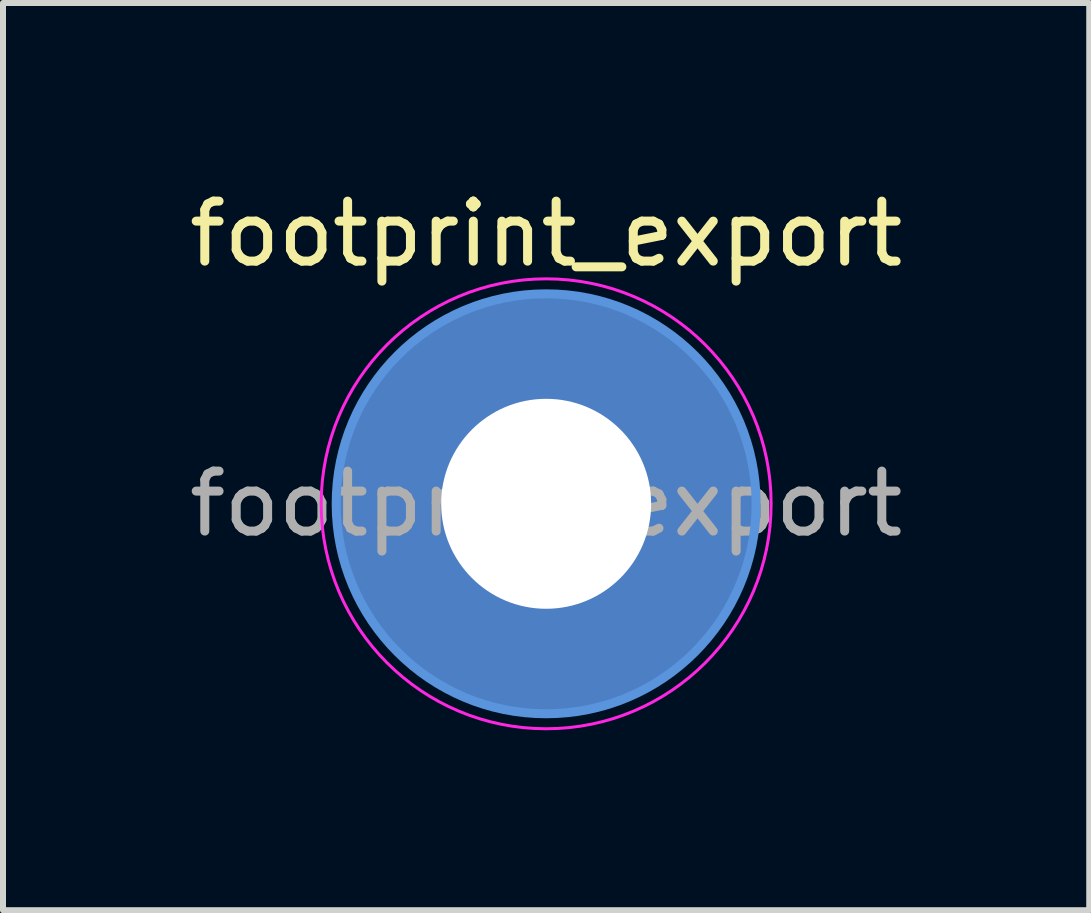
<source format=kicad_pcb>
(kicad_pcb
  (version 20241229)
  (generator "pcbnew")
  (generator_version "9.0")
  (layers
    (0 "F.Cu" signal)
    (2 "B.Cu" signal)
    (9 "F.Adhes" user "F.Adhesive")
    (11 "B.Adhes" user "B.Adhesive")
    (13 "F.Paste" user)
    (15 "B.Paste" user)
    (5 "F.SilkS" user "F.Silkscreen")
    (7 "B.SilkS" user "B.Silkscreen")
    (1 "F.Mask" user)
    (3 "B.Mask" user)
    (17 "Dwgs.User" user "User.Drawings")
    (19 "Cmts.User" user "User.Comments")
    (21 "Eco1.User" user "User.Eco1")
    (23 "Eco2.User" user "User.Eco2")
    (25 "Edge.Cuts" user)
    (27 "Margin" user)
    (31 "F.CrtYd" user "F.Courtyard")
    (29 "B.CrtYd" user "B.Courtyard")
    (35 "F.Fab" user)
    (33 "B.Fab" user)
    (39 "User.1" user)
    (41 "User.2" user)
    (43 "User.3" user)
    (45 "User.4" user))
  (footprint "footprint_export"
    (layer "F.Cu")
    (at 6.054 5.348)
    (property "Reference" "footprint_export" (at 0 -4.5 0) (layer "F.SilkS") (effects (font (size 1 1) (thickness 0.15))))
    (attr exclude_from_pos_files exclude_from_bom)
    (fp_circle (center 0 0) (end 3.5 0) (stroke (width 0.15) (type solid)) (fill no) (layer "Cmts.User"))
    (fp_circle (center 0 0) (end 3.75 0) (stroke (width 0.05) (type solid)) (fill no) (layer "F.CrtYd"))
    (fp_text user "${REFERENCE}" (at 0 0 0) (layer "F.Fab") (effects (font (size 1 1) (thickness 0.15))))
    (pad "1" thru_hole circle (at 0 0) (size 7 7) (drill 3.5) (layers "*.Cu" "*.Mask")))
  (gr_rect
    (start -3 -3)
    (end 15.107 12.123)
    (stroke (width 0.1) (type default))
    (fill no)
    (layer "Edge.Cuts")))
</source>
